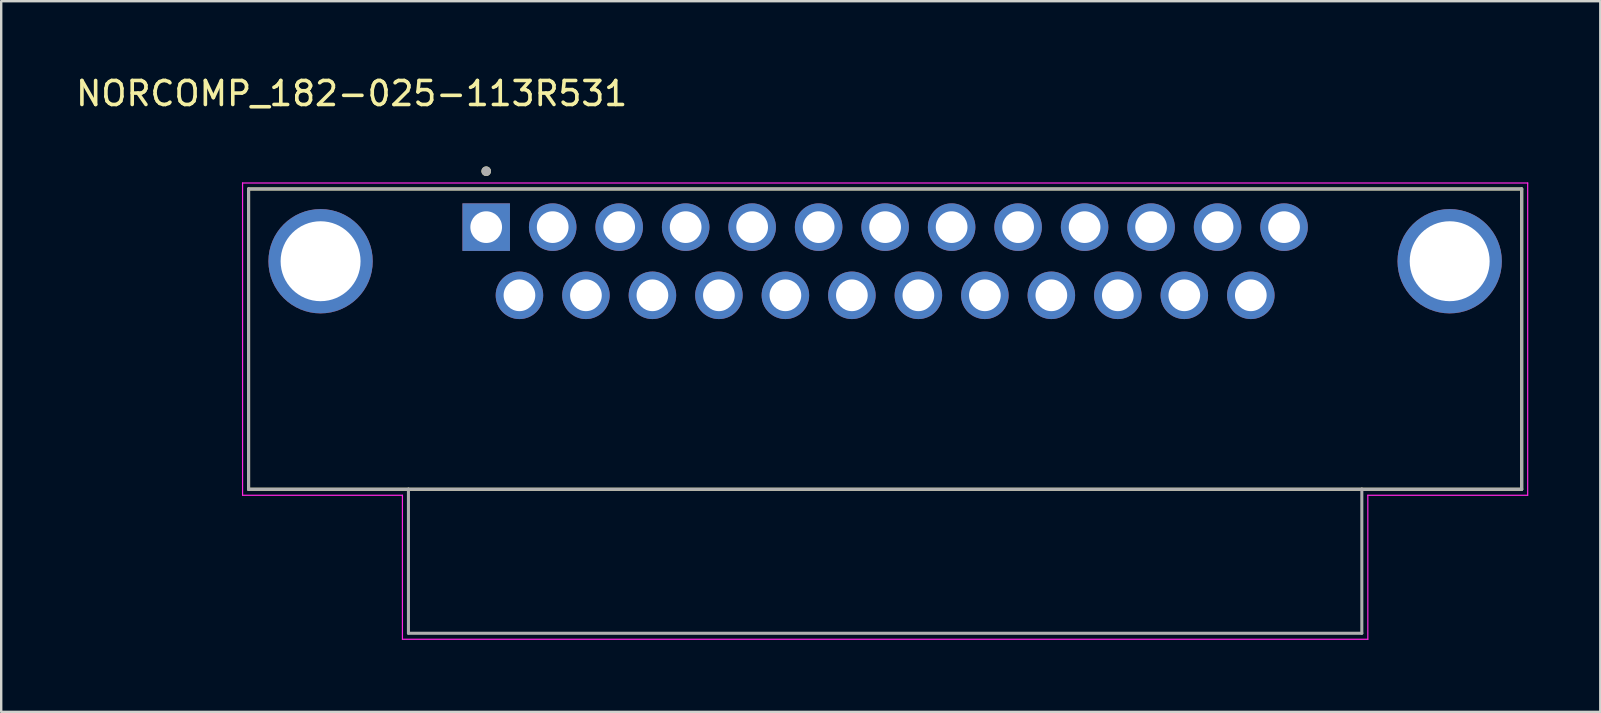
<source format=kicad_pcb>
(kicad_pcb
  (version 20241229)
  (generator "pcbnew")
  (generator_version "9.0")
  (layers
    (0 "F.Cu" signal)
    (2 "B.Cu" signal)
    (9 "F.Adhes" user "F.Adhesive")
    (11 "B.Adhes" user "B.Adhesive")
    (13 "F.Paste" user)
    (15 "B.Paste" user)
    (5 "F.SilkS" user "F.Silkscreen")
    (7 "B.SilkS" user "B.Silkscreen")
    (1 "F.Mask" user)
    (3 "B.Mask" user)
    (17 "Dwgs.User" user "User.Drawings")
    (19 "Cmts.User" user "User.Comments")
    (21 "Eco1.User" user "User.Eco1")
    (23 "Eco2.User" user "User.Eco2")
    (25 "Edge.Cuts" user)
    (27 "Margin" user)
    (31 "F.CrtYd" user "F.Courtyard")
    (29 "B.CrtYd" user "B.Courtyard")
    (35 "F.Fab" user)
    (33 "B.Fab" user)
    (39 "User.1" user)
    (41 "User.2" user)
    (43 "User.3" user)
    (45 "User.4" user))
  (footprint "NORCOMP_182-025-113R531"
    (layer "F.Cu")
    (at 33.826 7.833)
    (property "Reference" "NORCOMP_182-025-113R531" (at -22.225 -6.985 0) (layer "F.SilkS") (effects (font (size 1 1) (thickness 0.15))))
    (attr through_hole)
    (fp_line (start -26.52 -3.01) (end 26.52 -3.01) (stroke (width 0.127) (type solid)) (layer "F.SilkS"))
    (fp_line (start -26.52 9.5) (end -26.52 -3.01) (stroke (width 0.127) (type solid)) (layer "F.SilkS"))
    (fp_line (start -19.86 9.5) (end -26.52 9.5) (stroke (width 0.127) (type solid)) (layer "F.SilkS"))
    (fp_line (start 19.86 9.5) (end -19.86 9.5) (stroke (width 0.127) (type solid)) (layer "F.SilkS"))
    (fp_line (start 26.52 -3.01) (end 26.52 9.5) (stroke (width 0.127) (type solid)) (layer "F.SilkS"))
    (fp_line (start 26.52 9.5) (end 19.86 9.5) (stroke (width 0.127) (type solid)) (layer "F.SilkS"))
    (fp_circle (center -16.62 -3.75) (end -16.52 -3.75) (stroke (width 0.2) (type solid)) (fill no) (layer "F.SilkS"))
    (fp_line (start -26.77 -3.26) (end 26.77 -3.26) (stroke (width 0.05) (type solid)) (layer "F.CrtYd"))
    (fp_line (start -26.77 9.75) (end -26.77 -3.26) (stroke (width 0.05) (type solid)) (layer "F.CrtYd"))
    (fp_line (start -20.11 9.75) (end -26.77 9.75) (stroke (width 0.05) (type solid)) (layer "F.CrtYd"))
    (fp_line (start -20.11 15.75) (end -20.11 9.75) (stroke (width 0.05) (type solid)) (layer "F.CrtYd"))
    (fp_line (start 20.11 9.75) (end 20.11 15.75) (stroke (width 0.05) (type solid)) (layer "F.CrtYd"))
    (fp_line (start 20.11 15.75) (end -20.11 15.75) (stroke (width 0.05) (type solid)) (layer "F.CrtYd"))
    (fp_line (start 26.77 -3.26) (end 26.77 9.75) (stroke (width 0.05) (type solid)) (layer "F.CrtYd"))
    (fp_line (start 26.77 9.75) (end 20.11 9.75) (stroke (width 0.05) (type solid)) (layer "F.CrtYd"))
    (fp_line (start -26.52 -3.01) (end 26.52 -3.01) (stroke (width 0.127) (type solid)) (layer "F.Fab"))
    (fp_line (start -26.52 9.5) (end -26.52 -3.01) (stroke (width 0.127) (type solid)) (layer "F.Fab"))
    (fp_line (start -19.86 9.5) (end -26.52 9.5) (stroke (width 0.127) (type solid)) (layer "F.Fab"))
    (fp_line (start -19.86 9.5) (end -19.86 15.5) (stroke (width 0.127) (type solid)) (layer "F.Fab"))
    (fp_line (start -19.86 15.5) (end 19.86 15.5) (stroke (width 0.127) (type solid)) (layer "F.Fab"))
    (fp_line (start 19.86 9.5) (end -19.86 9.5) (stroke (width 0.127) (type solid)) (layer "F.Fab"))
    (fp_line (start 19.86 15.5) (end 19.86 9.5) (stroke (width 0.127) (type solid)) (layer "F.Fab"))
    (fp_line (start 26.52 -3.01) (end 26.52 9.5) (stroke (width 0.127) (type solid)) (layer "F.Fab"))
    (fp_line (start 26.52 9.5) (end 19.86 9.5) (stroke (width 0.127) (type solid)) (layer "F.Fab"))
    (fp_circle (center -16.62 -3.75) (end -16.52 -3.75) (stroke (width 0.2) (type solid)) (fill no) (layer "F.Fab"))
    (pad "1" thru_hole rect (at -16.62 -1.42) (size 1.98 1.98) (drill 1.32) (layers "*.Cu" "*.Mask"))
    (pad "2" thru_hole circle (at -13.85 -1.42) (size 1.98 1.98) (drill 1.32) (layers "*.Cu" "*.Mask"))
    (pad "3" thru_hole circle (at -11.08 -1.42) (size 1.98 1.98) (drill 1.32) (layers "*.Cu" "*.Mask"))
    (pad "4" thru_hole circle (at -8.31 -1.42) (size 1.98 1.98) (drill 1.32) (layers "*.Cu" "*.Mask"))
    (pad "5" thru_hole circle (at -5.54 -1.42) (size 1.98 1.98) (drill 1.32) (layers "*.Cu" "*.Mask"))
    (pad "6" thru_hole circle (at -2.77 -1.42) (size 1.98 1.98) (drill 1.32) (layers "*.Cu" "*.Mask"))
    (pad "7" thru_hole circle (at 0 -1.42) (size 1.98 1.98) (drill 1.32) (layers "*.Cu" "*.Mask"))
    (pad "8" thru_hole circle (at 2.77 -1.42) (size 1.98 1.98) (drill 1.32) (layers "*.Cu" "*.Mask"))
    (pad "9" thru_hole circle (at 5.54 -1.42) (size 1.98 1.98) (drill 1.32) (layers "*.Cu" "*.Mask"))
    (pad "10" thru_hole circle (at 8.31 -1.42) (size 1.98 1.98) (drill 1.32) (layers "*.Cu" "*.Mask"))
    (pad "11" thru_hole circle (at 11.08 -1.42) (size 1.98 1.98) (drill 1.32) (layers "*.Cu" "*.Mask"))
    (pad "12" thru_hole circle (at 13.85 -1.42) (size 1.98 1.98) (drill 1.32) (layers "*.Cu" "*.Mask"))
    (pad "13" thru_hole circle (at 16.62 -1.42) (size 1.98 1.98) (drill 1.32) (layers "*.Cu" "*.Mask"))
    (pad "14" thru_hole circle (at -15.235 1.42) (size 1.98 1.98) (drill 1.32) (layers "*.Cu" "*.Mask"))
    (pad "15" thru_hole circle (at -12.465 1.42) (size 1.98 1.98) (drill 1.32) (layers "*.Cu" "*.Mask"))
    (pad "16" thru_hole circle (at -9.695 1.42) (size 1.98 1.98) (drill 1.32) (layers "*.Cu" "*.Mask"))
    (pad "17" thru_hole circle (at -6.925 1.42) (size 1.98 1.98) (drill 1.32) (layers "*.Cu" "*.Mask"))
    (pad "18" thru_hole circle (at -4.155 1.42) (size 1.98 1.98) (drill 1.32) (layers "*.Cu" "*.Mask"))
    (pad "19" thru_hole circle (at -1.385 1.42) (size 1.98 1.98) (drill 1.32) (layers "*.Cu" "*.Mask"))
    (pad "20" thru_hole circle (at 1.385 1.42) (size 1.98 1.98) (drill 1.32) (layers "*.Cu" "*.Mask"))
    (pad "21" thru_hole circle (at 4.155 1.42) (size 1.98 1.98) (drill 1.32) (layers "*.Cu" "*.Mask"))
    (pad "22" thru_hole circle (at 6.925 1.42) (size 1.98 1.98) (drill 1.32) (layers "*.Cu" "*.Mask"))
    (pad "23" thru_hole circle (at 9.695 1.42) (size 1.98 1.98) (drill 1.32) (layers "*.Cu" "*.Mask"))
    (pad "24" thru_hole circle (at 12.465 1.42) (size 1.98 1.98) (drill 1.32) (layers "*.Cu" "*.Mask"))
    (pad "25" thru_hole circle (at 15.235 1.42) (size 1.98 1.98) (drill 1.32) (layers "*.Cu" "*.Mask"))
    (pad "S1" thru_hole circle (at -23.52 0) (size 4.346 4.346) (drill 3.33) (layers "*.Cu" "*.Mask"))
    (pad "S2" thru_hole circle (at 23.52 0) (size 4.346 4.346) (drill 3.33) (layers "*.Cu" "*.Mask")))
  (gr_rect
    (start -3 -3)
    (end 63.621 26.608)
    (stroke (width 0.1) (type default))
    (fill no)
    (layer "Edge.Cuts")))
</source>
